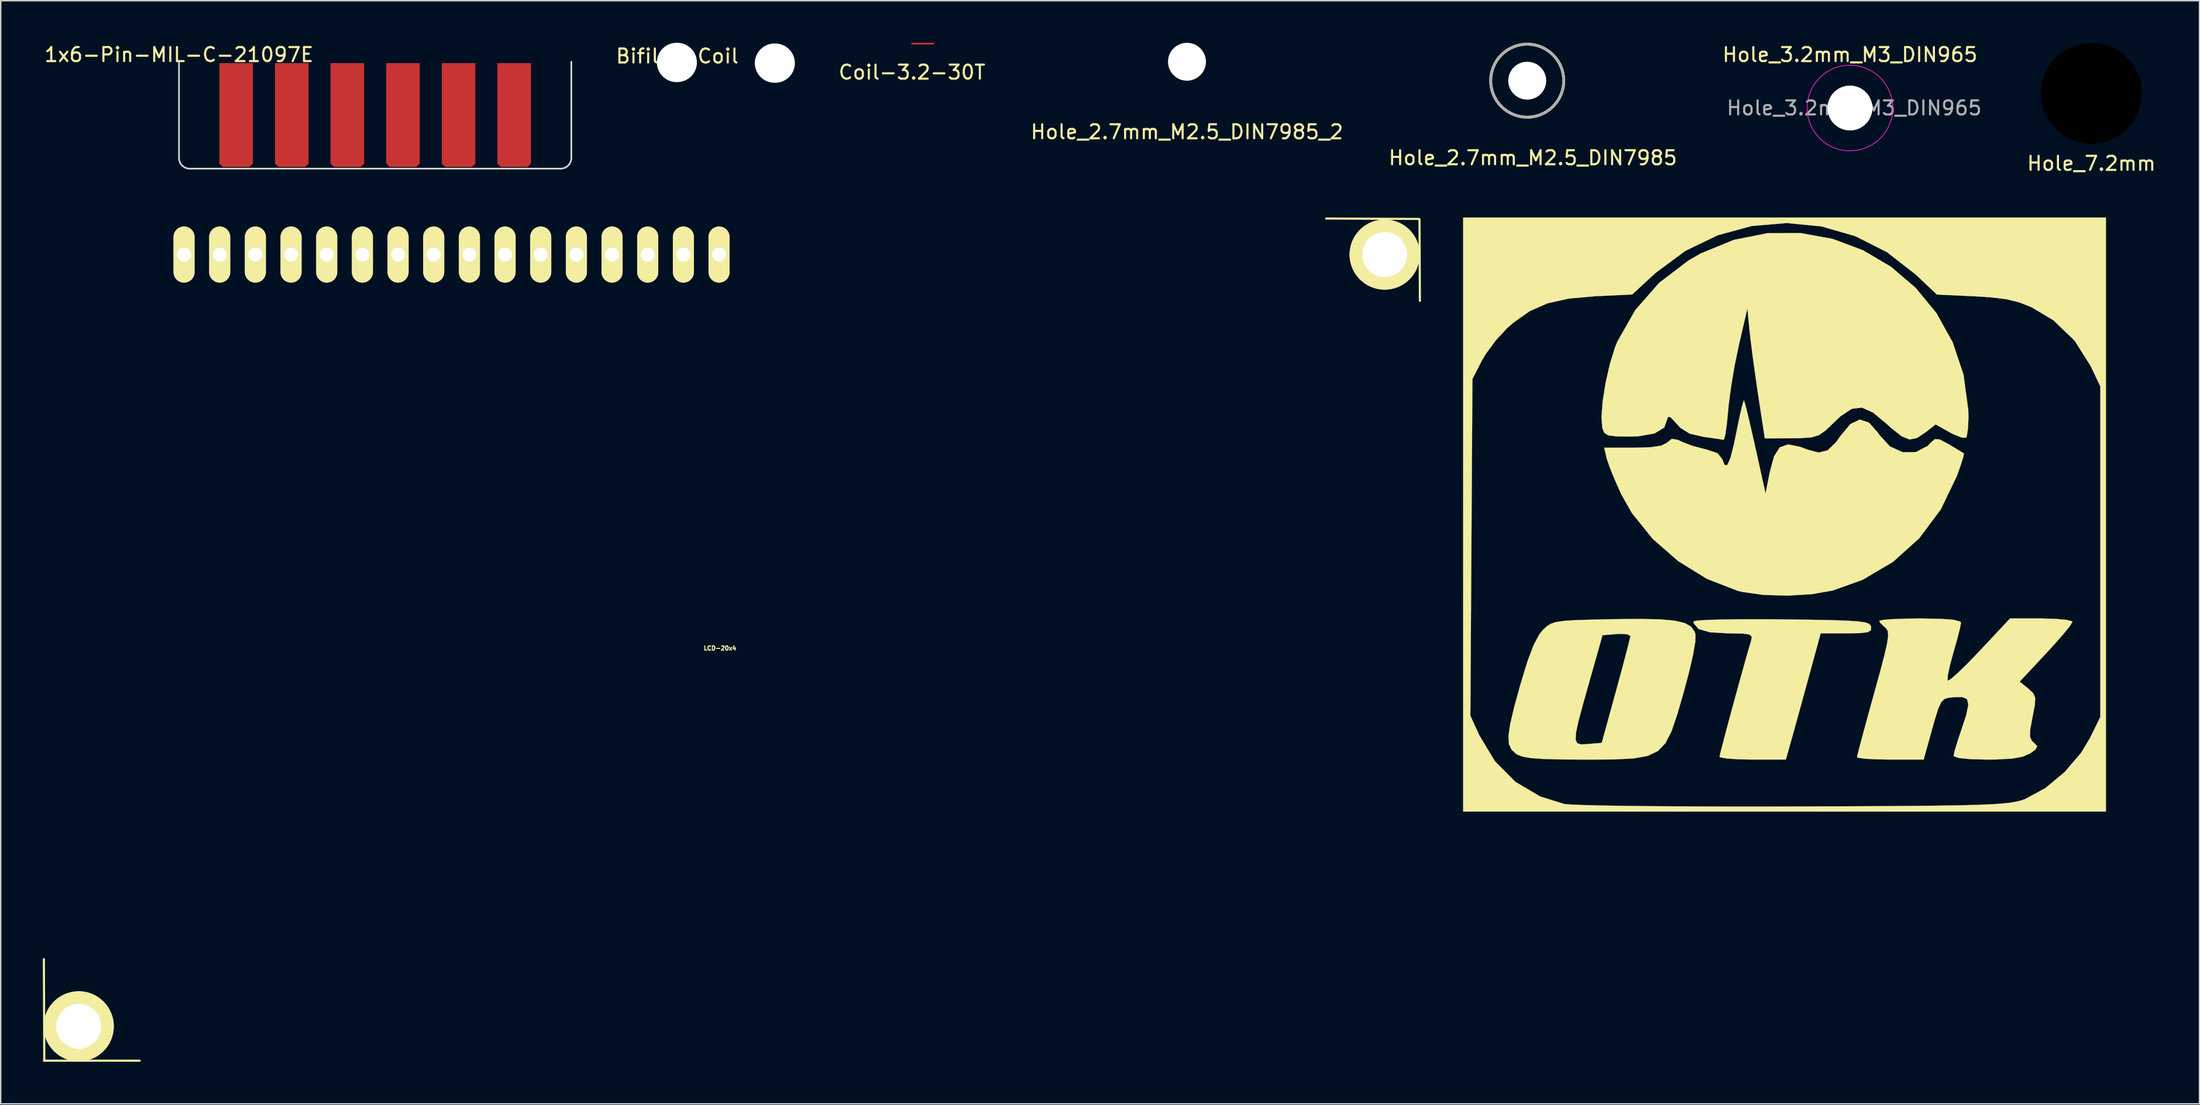
<source format=kicad_pcb>
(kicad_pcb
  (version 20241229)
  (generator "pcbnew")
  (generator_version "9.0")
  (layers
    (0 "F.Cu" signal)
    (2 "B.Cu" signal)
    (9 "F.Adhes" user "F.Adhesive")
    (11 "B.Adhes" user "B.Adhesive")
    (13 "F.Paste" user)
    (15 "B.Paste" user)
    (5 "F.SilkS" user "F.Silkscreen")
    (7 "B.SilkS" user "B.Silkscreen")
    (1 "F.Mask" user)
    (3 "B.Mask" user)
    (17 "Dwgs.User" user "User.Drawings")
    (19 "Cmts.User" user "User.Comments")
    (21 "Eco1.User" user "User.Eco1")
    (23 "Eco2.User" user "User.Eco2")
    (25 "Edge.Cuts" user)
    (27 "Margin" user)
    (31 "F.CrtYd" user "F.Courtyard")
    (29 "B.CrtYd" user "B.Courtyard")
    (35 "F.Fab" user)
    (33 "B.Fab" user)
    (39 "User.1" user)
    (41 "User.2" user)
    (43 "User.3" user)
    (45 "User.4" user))
  (footprint "Bifilar-Coil"
    (layer "F.Cu")
    (at 45.179 1.449)
    (property "Reference" "Bifilar-Coil" (at 0 -0.5 0) (unlocked yes) (layer "F.SilkS") (effects (font (size 1 1) (thickness 0.15))))
    (pad "" np_thru_hole oval (at -0.026 -0.049) (size 2.85 2.8) (drill oval 2.85 2.8) (layers "*.Cu" "*.Mask"))
    (pad "" np_thru_hole oval (at 6.95 0) (size 2.85 2.8) (drill oval 2.85 2.8) (layers "*.Cu" "*.Mask")))
  (footprint "Hole_3.2mm_M3_DIN965"
    (layer "F.Cu")
    (at 128.69 4.648)
    (property "Reference" "Hole_3.2mm_M3_DIN965" (at 0 -3.8 0) (layer "F.SilkS") (effects (font (size 1 1) (thickness 0.15))))
    (attr exclude_from_pos_files exclude_from_bom)
    (fp_circle (center 0 0) (end 0.5 0) (stroke (width 1.2) (type solid)) (fill no) (layer "F.Mask"))
    (fp_circle (center 0 0) (end 2 0) (stroke (width 2) (type solid)) (fill no) (layer "F.Mask"))
    (fp_circle (center 0 0) (end 0.5 0) (stroke (width 1.2) (type solid)) (fill no) (layer "B.Mask"))
    (fp_circle (center 0 0) (end 2 0) (stroke (width 2) (type solid)) (fill no) (layer "B.Mask"))
    (fp_circle (center 0 0) (end 3.05 0) (stroke (width 0.05) (type solid)) (fill no) (layer "F.CrtYd"))
    (fp_text user "${REFERENCE}" (at 0.3 0 0) (layer "F.Fab") (effects (font (size 1 1) (thickness 0.15))))
    (pad "" np_thru_hole circle (at 0 0) (size 3.2 3.2) (drill 3.2) (layers "*.Cu")))
  (footprint "Hole_2.7mm_M2.5_DIN7985"
    (layer "F.Cu")
    (at 105.707 2.7)
    (property "Reference" "Hole_2.7mm_M2.5_DIN7985" (at 0.4 5.5 0) (layer "F.SilkS") (effects (font (size 1 1) (thickness 0.15))))
    (attr through_hole)
    (fp_circle (center 0 0) (end 1.5 0) (stroke (width 2) (type solid)) (fill no) (layer "F.Mask"))
    (fp_circle (center 0 0) (end 1.5 0) (stroke (width 2) (type solid)) (fill no) (layer "B.Mask"))
    (fp_circle (center 0 0) (end 2.6 0) (stroke (width 0.2) (type solid)) (fill no) (layer "F.SilkS"))
    (fp_circle (center 0 0) (end 2.6 0) (stroke (width 0.2) (type solid)) (fill no) (layer "F.Fab"))
    (pad "" np_thru_hole circle (at 0 0) (size 2.7 2.7) (drill 2.7) (layers "*.Cu")))
  (footprint "Coil-3.2-30T"
    (layer "F.Cu")
    (at 61.893 2.6)
    (property "Reference" "Coil-3.2-30T" (at 0 -0.5 0) (unlocked yes) (layer "F.SilkS") (effects (font (size 1 1) (thickness 0.15))))
    (fp_line (start 0 -2.54) (end 1.524 -2.54) (stroke (width 0.12) (type default)) (layer "F.Cu")))
  (footprint "LOGO_OTK"
    (layer "F.Cu")
    (at 123.899 33.62)
    (property "Reference" "LOGO_OTK" (at 0 0 0) (layer "F.SilkS") (effects (font (size 1.524 1.524) (thickness 0.3))))
    (attr through_hole)
    (fp_poly (pts (xy -0.07 7.47) (xy 1.921 7.495) (xy 3.445 7.524) (xy 4.565 7.561) (xy 5.344 7.612) (xy 5.845 7.682) (xy 6.131 7.777) (xy 6.265 7.901) (xy 6.3 8.004) (xy 6.285 8.248) (xy 6.052 8.388) (xy 5.498 8.452) (xy 4.547 8.467) (xy 2.706 8.467) (xy 1.858 11.576) (xy 1.483 12.945) (xy 1.117 14.275) (xy 0.806 15.402) (xy 0.618 16.073) (xy 0.227 17.462) (xy -2.135 17.462) (xy -3.18 17.442) (xy -3.988 17.386) (xy -4.441 17.304) (xy -4.498 17.26) (xy -4.431 16.96) (xy -4.251 16.256) (xy -3.986 15.255) (xy -3.666 14.063) (xy -3.318 12.786) (xy -2.972 11.53) (xy -2.657 10.403) (xy -2.402 9.509) (xy -2.245 8.982) (xy -2.201 8.711) (xy -2.354 8.556) (xy -2.808 8.486) (xy -3.666 8.467) (xy -3.898 8.467) (xy -5.186 8.391) (xy -5.99 8.157) (xy -6.333 7.757) (xy -6.35 7.615) (xy -6.098 7.557) (xy -5.389 7.511) (xy -4.296 7.479) (xy -2.893 7.461) (xy -1.251 7.46) (xy -0.07 7.47)) (stroke (width 0.01) (type solid)) (fill yes) (layer "F.SilkS"))
    (fp_poly (pts (xy -8.74 7.468) (xy -7.691 7.562) (xy -6.974 7.731) (xy -6.523 7.988) (xy -6.273 8.343) (xy -6.209 8.541) (xy -6.22 9.047) (xy -6.375 9.962) (xy -6.656 11.192) (xy -7.043 12.644) (xy -7.061 12.708) (xy -7.512 14.266) (xy -7.912 15.44) (xy -8.342 16.285) (xy -8.883 16.854) (xy -9.616 17.202) (xy -10.621 17.383) (xy -11.98 17.452) (xy -13.772 17.463) (xy -14.135 17.462) (xy -15.824 17.453) (xy -17.065 17.419) (xy -17.938 17.355) (xy -18.524 17.253) (xy -18.903 17.106) (xy -18.991 17.051) (xy -19.312 16.755) (xy -19.493 16.36) (xy -19.512 16.049) (xy -14.745 16.049) (xy -14.628 16.296) (xy -14.373 16.378) (xy -13.979 16.365) (xy -13.852 16.354) (xy -12.886 16.272) (xy -11.867 12.568) (xy -11.505 11.237) (xy -11.2 10.089) (xy -10.976 9.218) (xy -10.859 8.721) (xy -10.848 8.649) (xy -11.08 8.531) (xy -11.656 8.505) (xy -11.838 8.517) (xy -12.829 8.599) (xy -13.802 12.039) (xy -14.25 13.633) (xy -14.556 14.787) (xy -14.721 15.569) (xy -14.745 16.049) (xy -19.512 16.049) (xy -19.528 15.787) (xy -19.411 14.957) (xy -19.138 13.789) (xy -18.704 12.205) (xy -18.664 12.064) (xy -18.174 10.46) (xy -17.741 9.31) (xy -17.337 8.546) (xy -17.08 8.228) (xy -16.807 7.972) (xy -16.522 7.787) (xy -16.136 7.66) (xy -15.56 7.577) (xy -14.706 7.523) (xy -13.487 7.486) (xy -12.095 7.457) (xy -10.186 7.437) (xy -8.74 7.468)) (stroke (width 0.01) (type solid)) (fill yes) (layer "F.SilkS"))
    (fp_poly (pts (xy 23.019 21.167) (xy -22.754 21.167) (xy -22.754 14.338) (xy -22.241 14.338) (xy -21.602 15.734) (xy -20.488 17.586) (xy -19.035 19.047) (xy -17.279 20.089) (xy -15.559 20.626) (xy -15.088 20.667) (xy -14.139 20.705) (xy -12.764 20.738) (xy -11.014 20.765) (xy -8.942 20.787) (xy -6.597 20.802) (xy -4.032 20.81) (xy -1.299 20.811) (xy 0.794 20.806) (xy 4.038 20.795) (xy 6.798 20.782) (xy 9.115 20.766) (xy 11.033 20.747) (xy 12.597 20.722) (xy 13.849 20.69) (xy 14.834 20.649) (xy 15.595 20.6) (xy 16.174 20.538) (xy 16.617 20.465) (xy 16.966 20.377) (xy 17.263 20.276) (xy 18.695 19.502) (xy 20.076 18.354) (xy 21.25 16.98) (xy 21.881 15.929) (xy 22.622 14.42) (xy 22.622 -9.128) (xy 21.931 -10.583) (xy 20.795 -12.384) (xy 19.283 -13.84) (xy 17.742 -14.763) (xy 16.872 -15.112) (xy 15.955 -15.34) (xy 14.819 -15.481) (xy 13.641 -15.554) (xy 10.98 -15.677) (xy 9.471 -17.106) (xy 7.423 -18.699) (xy 5.166 -19.841) (xy 2.765 -20.533) (xy 0.288 -20.774) (xy -2.197 -20.564) (xy -4.625 -19.904) (xy -6.927 -18.793) (xy -9.036 -17.232) (xy -9.185 -17.097) (xy -10.716 -15.683) (xy -13.361 -15.557) (xy -15.236 -15.39) (xy -16.736 -15.056) (xy -18 -14.503) (xy -19.17 -13.68) (xy -19.636 -13.27) (xy -20.426 -12.417) (xy -21.152 -11.428) (xy -21.442 -10.932) (xy -22.093 -9.657) (xy -22.167 2.34) (xy -22.241 14.338) (xy -22.754 14.338) (xy -22.754 -21.167) (xy 23.019 -21.167) (xy 23.019 21.167)) (stroke (width 0.01) (type solid)) (fill yes) (layer "F.SilkS"))
    (fp_poly (pts (xy -2.668 -7.858) (xy -2.494 -7.166) (xy -2.256 -6.158) (xy -1.98 -4.935) (xy -1.945 -4.78) (xy -1.221 -1.511) (xy -0.918 -3.028) (xy -0.616 -4.15) (xy -0.206 -4.791) (xy 0.392 -5) (xy 1.257 -4.824) (xy 1.743 -4.637) (xy 2.555 -4.418) (xy 3.202 -4.577) (xy 3.812 -5.167) (xy 4.123 -5.61) (xy 4.823 -6.452) (xy 5.49 -6.767) (xy 6.141 -6.556) (xy 6.795 -5.82) (xy 6.891 -5.67) (xy 7.637 -4.855) (xy 8.543 -4.443) (xy 9.483 -4.451) (xy 10.333 -4.898) (xy 10.572 -5.146) (xy 10.84 -5.377) (xy 11.174 -5.355) (xy 11.746 -5.058) (xy 11.873 -4.982) (xy 12.481 -4.616) (xy 12.859 -4.385) (xy 12.908 -4.354) (xy 12.863 -4.101) (xy 12.671 -3.491) (xy 12.407 -2.747) (xy 11.265 -0.372) (xy 9.734 1.681) (xy 7.861 3.37) (xy 5.692 4.653) (xy 3.563 5.415) (xy 2.064 5.677) (xy 0.336 5.781) (xy -1.396 5.726) (xy -2.903 5.512) (xy -3.205 5.437) (xy -5.386 4.589) (xy -7.441 3.323) (xy -9.261 1.728) (xy -10.741 -0.108) (xy -11.489 -1.431) (xy -11.94 -2.435) (xy -12.311 -3.345) (xy -12.529 -3.983) (xy -12.542 -4.035) (xy -12.71 -4.763) (xy -10.621 -4.763) (xy -9.415 -4.797) (xy -8.649 -4.911) (xy -8.24 -5.118) (xy -8.208 -5.152) (xy -7.897 -5.396) (xy -7.482 -5.328) (xy -7.183 -5.188) (xy -6.437 -4.898) (xy -5.55 -4.665) (xy -5.461 -4.648) (xy -4.642 -4.373) (xy -4.305 -3.951) (xy -4.129 -3.515) (xy -3.937 -3.538) (xy -3.72 -4.039) (xy -3.468 -5.036) (xy -3.305 -5.83) (xy -3.095 -6.861) (xy -2.914 -7.649) (xy -2.79 -8.084) (xy -2.755 -8.135) (xy -2.668 -7.858)) (stroke (width 0.01) (type solid)) (fill yes) (layer "F.SilkS"))
    (fp_poly (pts (xy 3.554 -19.647) (xy 5.718 -18.837) (xy 7.707 -17.663) (xy 9.469 -16.157) (xy 10.953 -14.351) (xy 12.107 -12.277) (xy 12.879 -9.966) (xy 13.218 -7.45) (xy 13.229 -6.887) (xy 13.195 -6.116) (xy 13.11 -5.585) (xy 13.058 -5.473) (xy 12.745 -5.486) (xy 12.161 -5.719) (xy 11.889 -5.862) (xy 10.892 -6.423) (xy 10.173 -5.857) (xy 9.561 -5.452) (xy 9.034 -5.349) (xy 8.464 -5.579) (xy 7.723 -6.169) (xy 7.381 -6.482) (xy 6.426 -7.272) (xy 5.645 -7.623) (xy 4.921 -7.536) (xy 4.135 -7.015) (xy 3.651 -6.562) (xy 3.052 -5.986) (xy 2.575 -5.653) (xy 2.036 -5.495) (xy 1.253 -5.444) (xy 0.633 -5.437) (xy -1.274 -5.424) (xy -1.738 -8.467) (xy -1.944 -9.871) (xy -2.136 -11.264) (xy -2.287 -12.459) (xy -2.358 -13.097) (xy -2.514 -14.684) (xy -3.119 -12.075) (xy -3.413 -10.659) (xy -3.67 -9.143) (xy -3.849 -7.785) (xy -3.886 -7.379) (xy -3.98 -6.41) (xy -4.085 -5.69) (xy -4.183 -5.341) (xy -4.206 -5.327) (xy -4.541 -5.381) (xy -5.215 -5.479) (xy -5.661 -5.542) (xy -6.626 -5.766) (xy -7.288 -6.182) (xy -7.577 -6.499) (xy -8.003 -6.953) (xy -8.19 -6.947) (xy -8.201 -6.854) (xy -8.431 -6.203) (xy -9.122 -5.779) (xy -10.283 -5.576) (xy -10.93 -5.556) (xy -11.877 -5.572) (xy -12.424 -5.645) (xy -12.701 -5.82) (xy -12.835 -6.137) (xy -12.847 -6.18) (xy -12.905 -6.968) (xy -12.817 -8.093) (xy -12.609 -9.397) (xy -12.31 -10.717) (xy -11.949 -11.892) (xy -11.774 -12.329) (xy -10.496 -14.577) (xy -8.799 -16.513) (xy -6.712 -18.106) (xy -5.821 -18.616) (xy -3.473 -19.578) (xy -1.093 -20.05) (xy 1.266 -20.062) (xy 3.554 -19.647)) (stroke (width 0.01) (type solid)) (fill yes) (layer "F.SilkS"))
    (fp_poly (pts (xy 19.423 7.434) (xy 20.193 7.504) (xy 20.602 7.604) (xy 20.637 7.646) (xy 20.467 7.927) (xy 20.007 8.499) (xy 19.334 9.269) (xy 18.758 9.897) (xy 16.878 11.909) (xy 17.495 12.409) (xy 17.834 12.721) (xy 17.981 13.048) (xy 17.961 13.558) (xy 17.797 14.415) (xy 17.793 14.433) (xy 17.629 15.314) (xy 17.61 15.831) (xy 17.742 16.131) (xy 17.893 16.264) (xy 18.131 16.514) (xy 17.989 16.762) (xy 17.632 17.017) (xy 17.102 17.255) (xy 16.327 17.396) (xy 15.191 17.457) (xy 14.561 17.462) (xy 13.38 17.434) (xy 12.565 17.354) (xy 12.188 17.229) (xy 12.171 17.191) (xy 12.253 16.811) (xy 12.467 16.104) (xy 12.7 15.415) (xy 13.072 14.283) (xy 13.221 13.559) (xy 13.132 13.16) (xy 12.791 13.008) (xy 12.257 13.015) (xy 11.821 13.055) (xy 11.515 13.147) (xy 11.284 13.381) (xy 11.074 13.847) (xy 10.828 14.635) (xy 10.493 15.833) (xy 10.463 15.941) (xy 10.039 17.462) (xy 7.666 17.462) (xy 6.619 17.445) (xy 5.808 17.398) (xy 5.351 17.33) (xy 5.292 17.293) (xy 5.359 16.994) (xy 5.547 16.273) (xy 5.831 15.215) (xy 6.189 13.907) (xy 6.51 12.746) (xy 6.952 11.142) (xy 7.257 9.971) (xy 7.439 9.158) (xy 7.511 8.628) (xy 7.484 8.305) (xy 7.373 8.115) (xy 7.304 8.058) (xy 6.953 7.726) (xy 6.879 7.578) (xy 7.126 7.51) (xy 7.795 7.455) (xy 8.78 7.419) (xy 9.79 7.408) (xy 11.23 7.431) (xy 12.171 7.502) (xy 12.636 7.623) (xy 12.7 7.711) (xy 12.628 8.1) (xy 12.44 8.84) (xy 12.175 9.777) (xy 12.152 9.853) (xy 11.904 10.769) (xy 11.759 11.474) (xy 11.745 11.829) (xy 11.753 11.841) (xy 11.979 11.718) (xy 12.487 11.273) (xy 13.199 10.578) (xy 14.043 9.701) (xy 14.044 9.699) (xy 16.187 7.408) (xy 18.412 7.408) (xy 19.423 7.434)) (stroke (width 0.01) (type solid)) (fill yes) (layer "F.SilkS")))
  (footprint "Hole_7.2mm"
    (layer "F.Cu")
    (at 145.883 3.6)
    (property "Reference" "Hole_7.2mm" (at 0 5 0) (layer "F.SilkS") (effects (font (size 1 1) (thickness 0.15))))
    (attr through_hole)
    (pad "" np_thru_hole circle (at 0 0) (size 7.2 7.2) (drill 7.2) (layers "*.Mask")))
  (footprint "LCD-20x4"
    (layer "F.Cu")
    (at 49.055 42.593)
    (property "Reference" "LCD-20x4" (at -0.83 0.55 0) (layer "F.SilkS") (effects (font (size 0.3 0.3) (thickness 0.076))))
    (attr smd)
    (fp_line (start -48.98 29.95) (end -42.16 29.95) (stroke (width 0.15) (type solid)) (layer "F.SilkS"))
    (fp_line (start -48.95 29.95) (end -48.98 22.71) (stroke (width 0.15) (type solid)) (layer "F.SilkS"))
    (fp_line (start 48.95 -30.04) (end 42.33 -30.07) (stroke (width 0.15) (type solid)) (layer "F.SilkS"))
    (fp_line (start 48.98 -30.01) (end 49.01 -24.2) (stroke (width 0.15) (type solid)) (layer "F.SilkS"))
    (fp_circle (center -46.5 27.501) (end -46.474 27.526) (stroke (width 0.381) (type solid)) (fill no) (layer "F.SilkS"))
    (fp_circle (center 46.5 -27.501) (end 46.5 -27.475) (stroke (width 0.381) (type solid)) (fill no) (layer "F.SilkS"))
    (pad "0" thru_hole circle (at -46.5 27.5) (size 5 5) (drill 3.2) (layers "*.Cu" "*.Mask" "F.SilkS"))
    (pad "0" thru_hole circle (at 46.5 -27.5) (size 5 5) (drill 3.2) (layers "*.Cu" "*.Mask" "F.SilkS"))
    (pad "1" thru_hole oval (at -38.999 -27.501) (size 1.501 4) (drill 1.001) (layers "*.Cu" "*.Mask" "F.SilkS"))
    (pad "2" thru_hole oval (at -36.459 -27.501) (size 1.501 4) (drill 1.001) (layers "*.Cu" "*.Mask" "F.SilkS"))
    (pad "3" thru_hole oval (at -33.919 -27.501) (size 1.501 4) (drill 1.001) (layers "*.Cu" "*.Mask" "F.SilkS"))
    (pad "4" thru_hole oval (at -31.379 -27.501) (size 1.501 4) (drill 1.001) (layers "*.Cu" "*.Mask" "F.SilkS"))
    (pad "5" thru_hole oval (at -28.839 -27.501) (size 1.501 4) (drill 1.001) (layers "*.Cu" "*.Mask" "F.SilkS"))
    (pad "6" thru_hole oval (at -26.299 -27.501) (size 1.501 4) (drill 1.001) (layers "*.Cu" "*.Mask" "F.SilkS"))
    (pad "7" thru_hole oval (at -23.759 -27.501) (size 1.501 4) (drill 1.001) (layers "*.Cu" "*.Mask" "F.SilkS"))
    (pad "8" thru_hole oval (at -21.219 -27.501) (size 1.501 4) (drill 1.001) (layers "*.Cu" "*.Mask" "F.SilkS"))
    (pad "9" thru_hole oval (at -18.679 -27.501) (size 1.501 4) (drill 1.001) (layers "*.Cu" "*.Mask" "F.SilkS"))
    (pad "10" thru_hole oval (at -16.139 -27.501) (size 1.501 4) (drill 1.001) (layers "*.Cu" "*.Mask" "F.SilkS"))
    (pad "11" thru_hole oval (at -13.599 -27.501) (size 1.501 4) (drill 1.001) (layers "*.Cu" "*.Mask" "F.SilkS"))
    (pad "12" thru_hole oval (at -11.059 -27.501) (size 1.501 4) (drill 1.001) (layers "*.Cu" "*.Mask" "F.SilkS"))
    (pad "13" thru_hole oval (at -8.519 -27.501) (size 1.501 4) (drill 1.001) (layers "*.Cu" "*.Mask" "F.SilkS"))
    (pad "14" thru_hole oval (at -5.979 -27.501) (size 1.501 4) (drill 1.001) (layers "*.Cu" "*.Mask" "F.SilkS"))
    (pad "15" thru_hole oval (at -3.439 -27.501) (size 1.501 4) (drill 1.001) (layers "*.Cu" "*.Mask" "F.SilkS"))
    (pad "16" thru_hole oval (at -0.899 -27.501) (size 1.501 4) (drill 1.001) (layers "*.Cu" "*.Mask" "F.SilkS")))
  (footprint "Hole_2.7mm_M2.5_DIN7985_2"
    (layer "F.Cu")
    (at 81.476 1.35)
    (property "Reference" "Hole_2.7mm_M2.5_DIN7985_2" (at 0 5 0) (layer "F.SilkS") (effects (font (size 1 1) (thickness 0.15))))
    (attr through_hole)
    (pad "" np_thru_hole circle (at 0 0) (size 2.7 2.7) (drill 2.7) (layers "*.Cu")))
  (footprint "1x6-Pin-MIL-C-21097E"
    (layer "F.Cu")
    (at 9.696 1.348)
    (property "Reference" "1x6-Pin-MIL-C-21097E" (at 0 -0.5 0) (unlocked yes) (layer "F.SilkS") (effects (font (size 1 1) (thickness 0.15))))
    (attr smd exclude_from_bom)
    (fp_line (start 0 0) (end 0 6.858) (stroke (width 0.12) (type default)) (layer "Edge.Cuts"))
    (fp_line (start 0.762 7.62) (end 27.178 7.62) (stroke (width 0.12) (type default)) (layer "Edge.Cuts"))
    (fp_line (start 27.94 6.858) (end 27.94 0) (stroke (width 0.12) (type default)) (layer "Edge.Cuts"))
    (fp_arc (start 0.762 7.62) (mid 0.223185 7.396815) (end 0 6.858) (stroke (width 0.12) (type default)) (layer "Edge.Cuts"))
    (fp_arc (start 27.94 6.858) (mid 27.716815 7.396815) (end 27.178 7.62) (stroke (width 0.12) (type default)) (layer "Edge.Cuts"))
    (pad "1" smd roundrect (at 4.07 3.8 90) (size 7.4 2.39) (layers "F.Cu" "F.Mask" "F.Paste") (roundrect_rratio 0) (chamfer_ratio 0.1) (chamfer top_left bottom_left))
    (pad "2" smd roundrect (at 8.03 3.8 90) (size 7.4 2.39) (layers "F.Cu" "F.Mask" "F.Paste") (roundrect_rratio 0) (chamfer_ratio 0.1) (chamfer top_left bottom_left))
    (pad "3" smd roundrect (at 11.99 3.8 90) (size 7.4 2.39) (layers "F.Cu" "F.Mask" "F.Paste") (roundrect_rratio 0) (chamfer_ratio 0.1) (chamfer top_left bottom_left))
    (pad "4" smd roundrect (at 15.95 3.8 90) (size 7.4 2.39) (layers "F.Cu" "F.Mask" "F.Paste") (roundrect_rratio 0) (chamfer_ratio 0.1) (chamfer top_left bottom_left))
    (pad "5" smd roundrect (at 19.91 3.8 90) (size 7.4 2.39) (layers "F.Cu" "F.Mask" "F.Paste") (roundrect_rratio 0) (chamfer_ratio 0.1) (chamfer top_left bottom_left))
    (pad "6" smd roundrect (at 23.87 3.8 90) (size 7.4 2.39) (layers "F.Cu" "F.Mask" "F.Paste") (roundrect_rratio 0) (chamfer_ratio 0.1) (chamfer top_left bottom_left)))
  (gr_rect
    (start -3 -3)
    (end 153.58 75.618)
    (stroke (width 0.1) (type default))
    (fill no)
    (layer "Edge.Cuts")))
</source>
